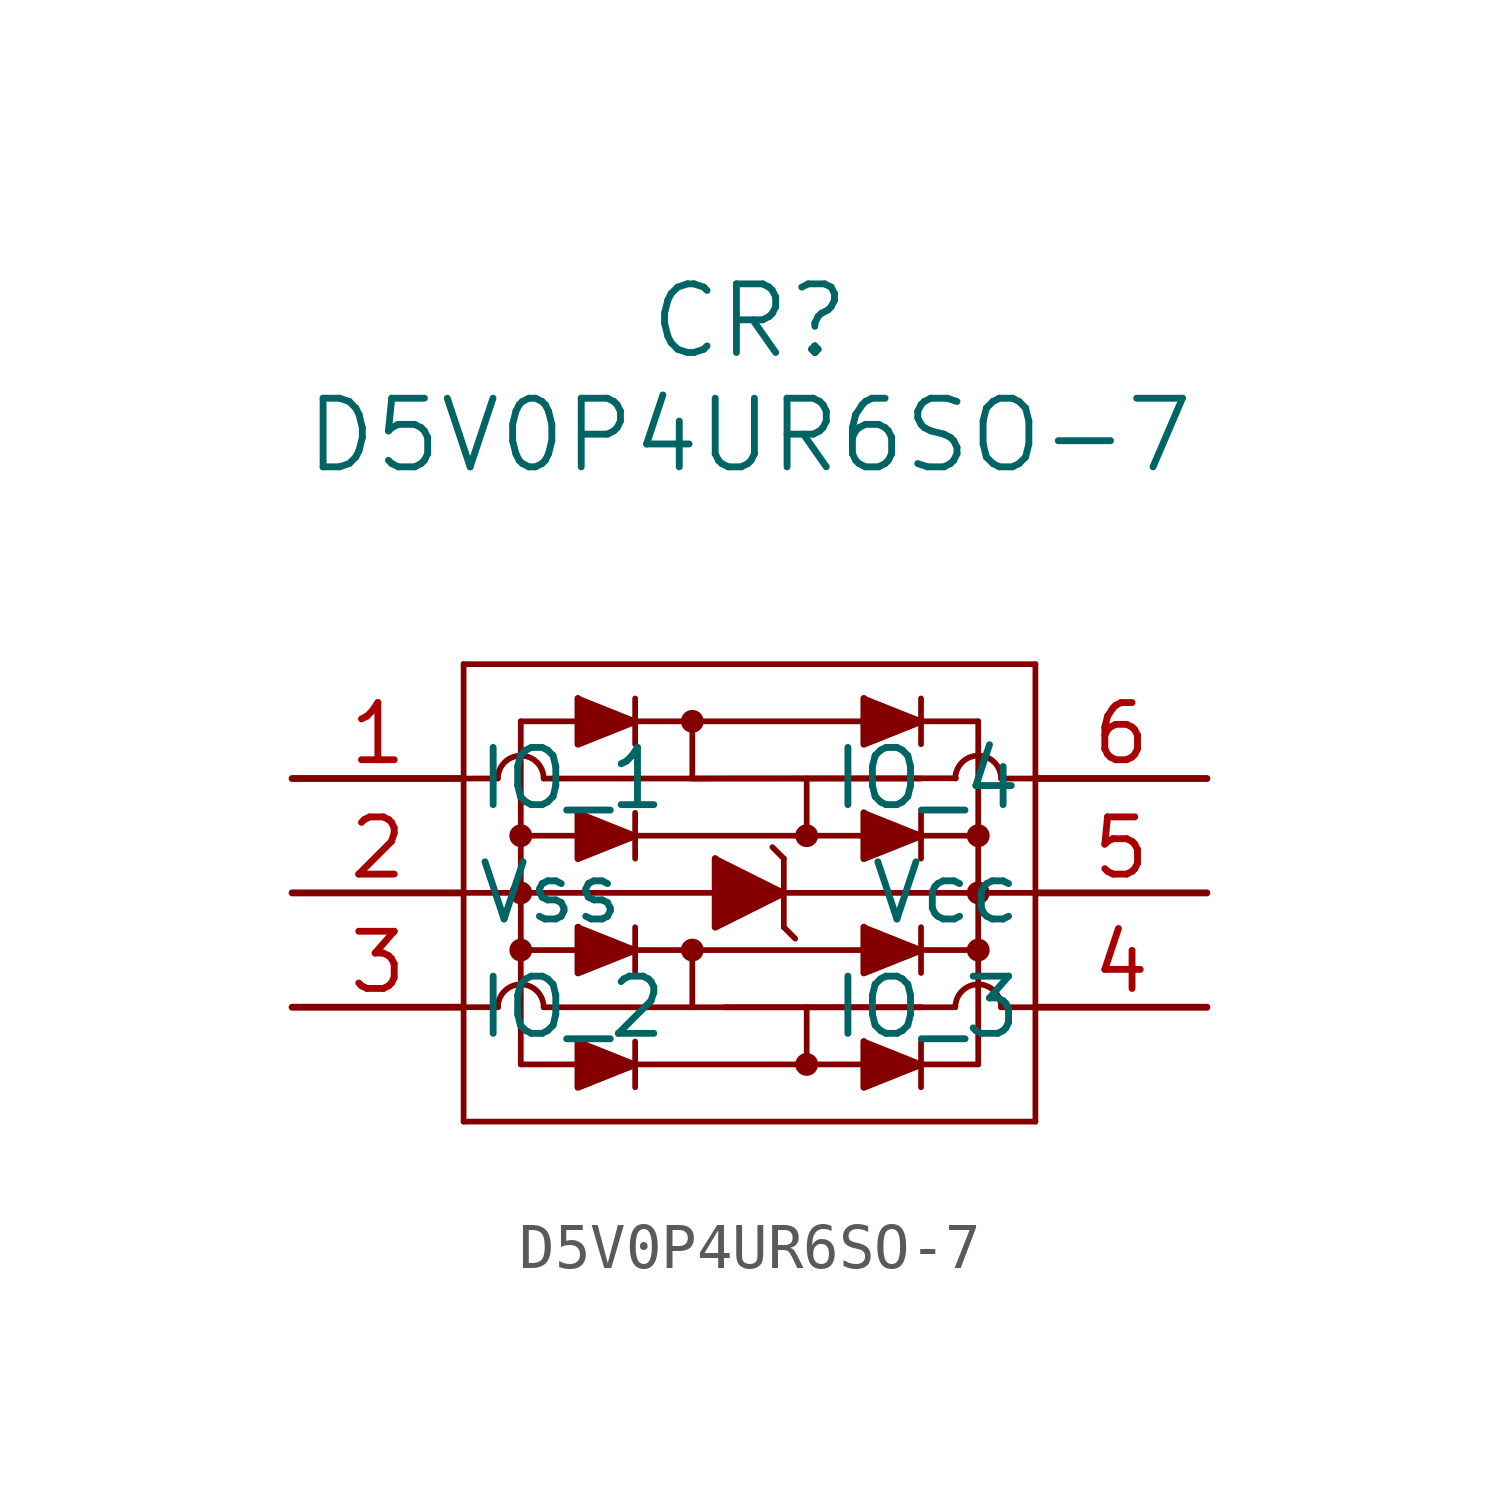
<source format=kicad_sym>
(kicad_symbol_lib
  (version 20220914)
  (generator kicad_symbol_editor)
  (symbol "D5V0P4UR6SO-7"
    (pin_names
      (offset 0.254))
    (property "Reference" "CR"
      (at 20.32 10.16 0)
      (effects (font (size 1.524 1.524))))
    (property "Value" "D5V0P4UR6SO-7"
      (at 20.32 7.62 0)
      (effects (font (size 1.524 1.524))))
    (symbol "D5V0P4UR6SO-7_0_1"
      (polyline (pts (xy 13.97 -7.62) (xy 26.67 -7.62)) (stroke (width 0.127) (type default)) (fill (type none)))
      (polyline (pts (xy 13.97 -2.54) (xy 26.67 -2.54)) (stroke (width 0.127) (type default)) (fill (type none)))
      (polyline (pts (xy 13.97 2.54) (xy 13.97 -7.62)) (stroke (width 0.127) (type default)) (fill (type none)))
      (polyline (pts (xy 14.725 0.002) (xy 13.97 0)) (stroke (width 0.127) (type default)) (fill (type none)))
      (polyline (pts (xy 14.733 -5.078) (xy 13.978 -5.08)) (stroke (width 0.127) (type default)) (fill (type none)))
      (polyline (pts (xy 15.24 -6.35) (xy 25.4 -6.35)) (stroke (width 0.127) (type default)) (fill (type none)))
      (polyline (pts (xy 15.24 -3.81) (xy 25.4 -3.81)) (stroke (width 0.127) (type default)) (fill (type none)))
      (polyline (pts (xy 15.24 -1.27) (xy 25.4 -1.27)) (stroke (width 0.127) (type default)) (fill (type none)))
      (polyline (pts (xy 15.24 1.27) (xy 15.24 -6.35)) (stroke (width 0.127) (type default)) (fill (type none)))
      (polyline (pts (xy 15.24 1.27) (xy 25.4 1.27)) (stroke (width 0.127) (type default)) (fill (type none)))
      (polyline (pts (xy 15.748 -5.08) (xy 24.13 -5.08)) (stroke (width 0.127) (type default)) (fill (type none)))
      (polyline (pts (xy 15.748 0) (xy 24.13 0)) (stroke (width 0.127) (type default)) (fill (type none)))
      (polyline (pts (xy 16.51 -6.858) (xy 17.78 -6.35)) (stroke (width 0.127) (type default)) (fill (type none)))
      (polyline (pts (xy 16.51 -5.842) (xy 16.51 -6.858)) (stroke (width 0.127) (type default)) (fill (type none)))
      (polyline (pts (xy 16.51 -4.318) (xy 17.78 -3.81)) (stroke (width 0.127) (type default)) (fill (type none)))
      (polyline (pts (xy 16.51 -3.302) (xy 16.51 -4.318)) (stroke (width 0.127) (type default)) (fill (type none)))
      (polyline (pts (xy 16.51 -1.778) (xy 17.78 -1.27)) (stroke (width 0.127) (type default)) (fill (type none)))
      (polyline (pts (xy 16.51 -0.762) (xy 16.51 -1.778)) (stroke (width 0.127) (type default)) (fill (type none)))
      (polyline (pts (xy 16.51 0.762) (xy 17.78 1.27)) (stroke (width 0.127) (type default)) (fill (type none)))
      (polyline (pts (xy 16.51 1.778) (xy 16.51 0.762)) (stroke (width 0.127) (type default)) (fill (type none)))
      (polyline (pts (xy 17.78 -6.35) (xy 16.51 -5.842)) (stroke (width 0.127) (type default)) (fill (type none)))
      (polyline (pts (xy 17.78 -5.842) (xy 17.78 -6.858)) (stroke (width 0.127) (type default)) (fill (type none)))
      (polyline (pts (xy 17.78 -3.81) (xy 16.51 -3.302)) (stroke (width 0.127) (type default)) (fill (type none)))
      (polyline (pts (xy 17.78 -3.302) (xy 17.78 -4.318)) (stroke (width 0.127) (type default)) (fill (type none)))
      (polyline (pts (xy 17.78 -1.27) (xy 16.51 -0.762)) (stroke (width 0.127) (type default)) (fill (type none)))
      (polyline (pts (xy 17.78 -0.762) (xy 17.78 -1.778)) (stroke (width 0.127) (type default)) (fill (type none)))
      (polyline (pts (xy 17.78 1.27) (xy 16.51 1.778)) (stroke (width 0.127) (type default)) (fill (type none)))
      (polyline (pts (xy 17.78 1.778) (xy 17.78 0.762)) (stroke (width 0.127) (type default)) (fill (type none)))
      (polyline (pts (xy 19.05 -5.08) (xy 19.05 -3.81)) (stroke (width 0.127) (type default)) (fill (type none)))
      (polyline (pts (xy 19.05 0) (xy 19.05 1.27)) (stroke (width 0.127) (type default)) (fill (type none)))
      (polyline (pts (xy 19.558 -3.302) (xy 21.082 -2.54)) (stroke (width 0.127) (type default)) (fill (type none)))
      (polyline (pts (xy 19.558 -1.778) (xy 19.558 -3.302)) (stroke (width 0.127) (type default)) (fill (type none)))
      (polyline (pts (xy 19.558 -1.778) (xy 21.082 -2.54)) (stroke (width 0.127) (type default)) (fill (type none)))
      (polyline (pts (xy 21.082 -3.302) (xy 21.336 -3.556)) (stroke (width 0.127) (type default)) (fill (type none)))
      (polyline (pts (xy 21.082 -1.778) (xy 20.828 -1.524)) (stroke (width 0.127) (type default)) (fill (type none)))
      (polyline (pts (xy 21.082 -1.778) (xy 21.082 -3.302)) (stroke (width 0.127) (type default)) (fill (type none)))
      (polyline (pts (xy 21.59 -5.08) (xy 21.59 -6.35)) (stroke (width 0.127) (type default)) (fill (type none)))
      (polyline (pts (xy 21.59 0) (xy 21.59 -1.27)) (stroke (width 0.127) (type default)) (fill (type none)))
      (polyline (pts (xy 22.86 -6.858) (xy 24.13 -6.35)) (stroke (width 0.127) (type default)) (fill (type none)))
      (polyline (pts (xy 22.86 -5.842) (xy 22.86 -6.858)) (stroke (width 0.127) (type default)) (fill (type none)))
      (polyline (pts (xy 22.86 -4.318) (xy 24.13 -3.81)) (stroke (width 0.127) (type default)) (fill (type none)))
      (polyline (pts (xy 22.86 -3.302) (xy 22.86 -4.318)) (stroke (width 0.127) (type default)) (fill (type none)))
      (polyline (pts (xy 22.86 -1.778) (xy 24.13 -1.27)) (stroke (width 0.127) (type default)) (fill (type none)))
      (polyline (pts (xy 22.86 -0.762) (xy 22.86 -1.778)) (stroke (width 0.127) (type default)) (fill (type none)))
      (polyline (pts (xy 22.86 0.762) (xy 24.13 1.27)) (stroke (width 0.127) (type default)) (fill (type none)))
      (polyline (pts (xy 22.86 1.778) (xy 22.86 0.762)) (stroke (width 0.127) (type default)) (fill (type none)))
      (polyline (pts (xy 24.13 -6.35) (xy 22.86 -5.842)) (stroke (width 0.127) (type default)) (fill (type none)))
      (polyline (pts (xy 24.13 -5.842) (xy 24.13 -6.858)) (stroke (width 0.127) (type default)) (fill (type none)))
      (polyline (pts (xy 24.13 -3.81) (xy 22.86 -3.302)) (stroke (width 0.127) (type default)) (fill (type none)))
      (polyline (pts (xy 24.13 -3.302) (xy 24.13 -4.318)) (stroke (width 0.127) (type default)) (fill (type none)))
      (polyline (pts (xy 24.13 -1.27) (xy 22.86 -0.762)) (stroke (width 0.127) (type default)) (fill (type none)))
      (polyline (pts (xy 24.13 -0.762) (xy 24.13 -1.778)) (stroke (width 0.127) (type default)) (fill (type none)))
      (polyline (pts (xy 24.13 1.27) (xy 22.86 1.778)) (stroke (width 0.127) (type default)) (fill (type none)))
      (polyline (pts (xy 24.13 1.778) (xy 24.13 0.762)) (stroke (width 0.127) (type default)) (fill (type none)))
      (polyline (pts (xy 24.844 -5.08) (xy 19.764 -5.08)) (stroke (width 0.127) (type default)) (fill (type none)))
      (polyline (pts (xy 24.904 0.006) (xy 19.05 0)) (stroke (width 0.127) (type default)) (fill (type none)))
      (polyline (pts (xy 25.4 1.27) (xy 25.4 -6.35)) (stroke (width 0.127) (type default)) (fill (type none)))
      (polyline (pts (xy 26.67 -7.62) (xy 26.67 2.54)) (stroke (width 0.127) (type default)) (fill (type none)))
      (polyline (pts (xy 26.67 -5.08) (xy 25.908 -5.08)) (stroke (width 0.127) (type default)) (fill (type none)))
      (polyline (pts (xy 26.67 0) (xy 25.908 0)) (stroke (width 0.127) (type default)) (fill (type none)))
      (polyline (pts (xy 26.67 2.54) (xy 13.97 2.54)) (stroke (width 0.127) (type default)) (fill (type none)))
      (polyline (pts (xy 16.51 -5.842) (xy 16.51 -6.858) (xy 17.78 -6.35)) (stroke (width 0) (type default)) (fill (type outline)))
      (polyline (pts (xy 16.51 -3.302) (xy 16.51 -4.318) (xy 17.78 -3.81)) (stroke (width 0) (type default)) (fill (type outline)))
      (polyline (pts (xy 16.51 -0.762) (xy 16.51 -1.778) (xy 17.78 -1.27)) (stroke (width 0) (type default)) (fill (type outline)))
      (polyline (pts (xy 16.51 1.778) (xy 16.51 0.762) (xy 17.78 1.27)) (stroke (width 0) (type default)) (fill (type outline)))
      (polyline (pts (xy 21.082 -2.54) (xy 19.558 -3.302) (xy 19.558 -1.778)) (stroke (width 0) (type default)) (fill (type outline)))
      (polyline (pts (xy 22.86 -5.842) (xy 22.86 -6.858) (xy 24.13 -6.35)) (stroke (width 0) (type default)) (fill (type outline)))
      (polyline (pts (xy 22.86 -3.302) (xy 22.86 -4.318) (xy 24.13 -3.81)) (stroke (width 0) (type default)) (fill (type outline)))
      (polyline (pts (xy 22.86 -0.762) (xy 22.86 -1.778) (xy 24.13 -1.27)) (stroke (width 0) (type default)) (fill (type outline)))
      (polyline (pts (xy 22.86 1.778) (xy 22.86 0.762) (xy 24.13 1.27)) (stroke (width 0) (type default)) (fill (type outline)))
      (circle (center 15.24 -3.81) (radius 0.127) (stroke (width 0.254) (type default)) (fill (type none)))
      (circle (center 15.24 -2.54) (radius 0.127) (stroke (width 0.254) (type default)) (fill (type none)))
      (circle (center 15.24 -1.27) (radius 0.127) (stroke (width 0.254) (type default)) (fill (type none)))
      (arc (start 15.748 -5.08) (mid 15.24 -4.5742) (end 14.732 -5.08) (stroke (width 0.127) (type default)) (fill (type none)))
      (arc (start 15.748 0) (mid 15.24 0.5058) (end 14.732 0) (stroke (width 0.127) (type default)) (fill (type none)))
      (circle (center 19.05 -3.81) (radius 0.127) (stroke (width 0.254) (type default)) (fill (type none)))
      (circle (center 19.05 1.27) (radius 0.127) (stroke (width 0.254) (type default)) (fill (type none)))
      (circle (center 21.59 -6.35) (radius 0.127) (stroke (width 0.254) (type default)) (fill (type none)))
      (circle (center 21.59 -1.27) (radius 0.127) (stroke (width 0.254) (type default)) (fill (type none)))
      (circle (center 25.4 -3.81) (radius 0.127) (stroke (width 0.254) (type default)) (fill (type none)))
      (circle (center 25.4 -2.54) (radius 0.127) (stroke (width 0.254) (type default)) (fill (type none)))
      (circle (center 25.4 -1.27) (radius 0.127) (stroke (width 0.254) (type default)) (fill (type none)))
      (arc (start 25.908 -5.08) (mid 25.4 -4.5742) (end 24.892 -5.08) (stroke (width 0.127) (type default)) (fill (type none)))
      (arc (start 25.908 0) (mid 25.4 0.5058) (end 24.892 0) (stroke (width 0.127) (type default)) (fill (type none))))
    (symbol "D5V0P4UR6SO-7_1_1"
      (pin unspecified line (at 10.16 0 0) (length 3.81) (name "IO_1" (effects (font (size 1.27 1.27)))) (number "1" (effects (font (size 1.27 1.27)))))
      (pin unspecified line (at 10.16 -2.54 0) (length 3.81) (name "Vss" (effects (font (size 1.27 1.27)))) (number "2" (effects (font (size 1.27 1.27)))))
      (pin unspecified line (at 10.16 -5.08 0) (length 3.81) (name "IO_2" (effects (font (size 1.27 1.27)))) (number "3" (effects (font (size 1.27 1.27)))))
      (pin unspecified line (at 30.48 -5.08 180) (length 3.81) (name "IO_3" (effects (font (size 1.27 1.27)))) (number "4" (effects (font (size 1.27 1.27)))))
      (pin unspecified line (at 30.48 -2.54 180) (length 3.81) (name "Vcc" (effects (font (size 1.27 1.27)))) (number "5" (effects (font (size 1.27 1.27)))))
      (pin unspecified line (at 30.48 0 180) (length 3.81) (name "IO_4" (effects (font (size 1.27 1.27)))) (number "6" (effects (font (size 1.27 1.27))))))))
</source>
